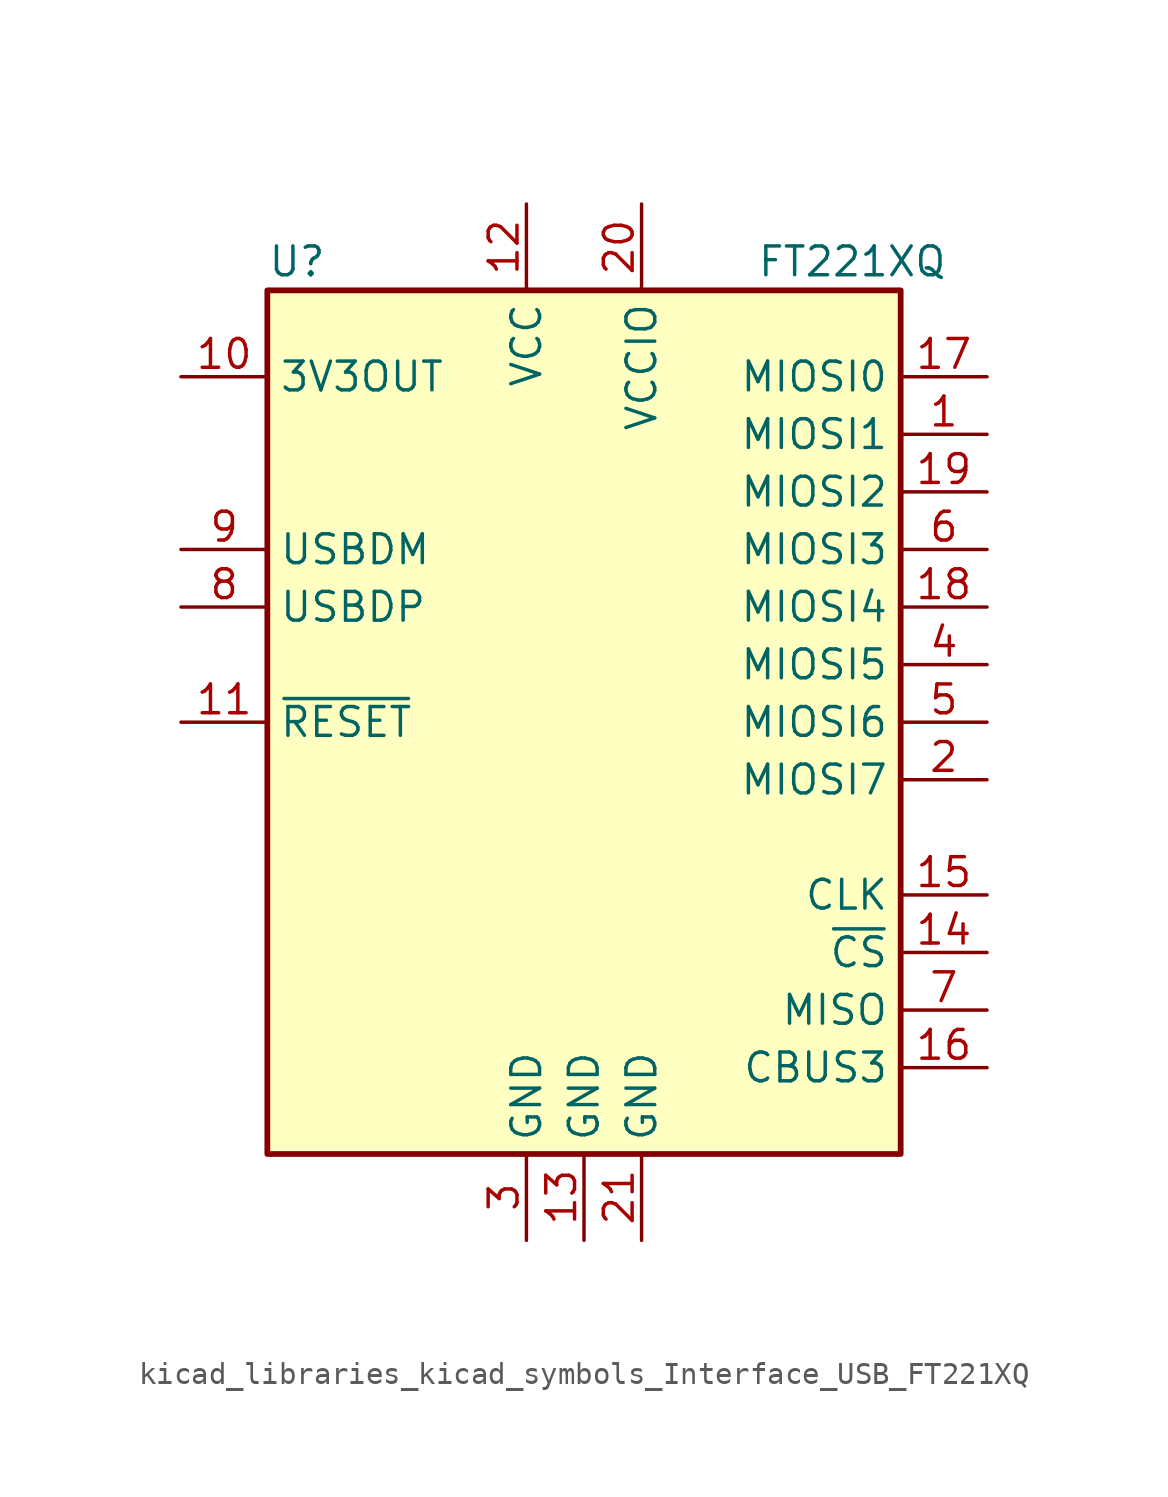
<source format=kicad_sym>
(kicad_symbol_lib
  (version 20220914)
  (generator kicad_symbol_editor)
  (symbol "kicad_libraries_kicad_symbols_Interface_USB_FT221XQ"
    (property "Reference" "U"
      (at -13.97 20.32 0)
      (effects (font (size 1.27 1.27)) (justify left)))
    (property "Value" "FT221XQ"
      (at 7.62 20.32 0)
      (effects (font (size 1.27 1.27)) (justify left)))
    (symbol "kicad_libraries_kicad_symbols_Interface_USB_FT221XQ_0_1"
      (rectangle (start -13.97 19.05) (end 13.97 -19.05) (stroke (width 0.254) (type default)) (fill (type background))))
    (symbol "kicad_libraries_kicad_symbols_Interface_USB_FT221XQ_1_1"
      (pin input line (at 17.78 12.7 180) (length 3.81) (name "MIOSI1" (effects (font (size 1.27 1.27)))) (number "1" (effects (font (size 1.27 1.27)))))
      (pin power_out line (at -17.78 15.24 0) (length 3.81) (name "3V3OUT" (effects (font (size 1.27 1.27)))) (number "10" (effects (font (size 1.27 1.27)))))
      (pin input line (at -17.78 0 0) (length 3.81) (name "~{RESET}" (effects (font (size 1.27 1.27)))) (number "11" (effects (font (size 1.27 1.27)))))
      (pin power_in line (at -2.54 22.86 270) (length 3.81) (name "VCC" (effects (font (size 1.27 1.27)))) (number "12" (effects (font (size 1.27 1.27)))))
      (pin power_in line (at 0 -22.86 90) (length 3.81) (name "GND" (effects (font (size 1.27 1.27)))) (number "13" (effects (font (size 1.27 1.27)))))
      (pin input line (at 17.78 -10.16 180) (length 3.81) (name "~{CS}" (effects (font (size 1.27 1.27)))) (number "14" (effects (font (size 1.27 1.27)))))
      (pin input line (at 17.78 -7.62 180) (length 3.81) (name "CLK" (effects (font (size 1.27 1.27)))) (number "15" (effects (font (size 1.27 1.27)))))
      (pin bidirectional line (at 17.78 -15.24 180) (length 3.81) (name "CBUS3" (effects (font (size 1.27 1.27)))) (number "16" (effects (font (size 1.27 1.27)))))
      (pin input line (at 17.78 15.24 180) (length 3.81) (name "MIOSI0" (effects (font (size 1.27 1.27)))) (number "17" (effects (font (size 1.27 1.27)))))
      (pin input line (at 17.78 5.08 180) (length 3.81) (name "MIOSI4" (effects (font (size 1.27 1.27)))) (number "18" (effects (font (size 1.27 1.27)))))
      (pin input line (at 17.78 10.16 180) (length 3.81) (name "MIOSI2" (effects (font (size 1.27 1.27)))) (number "19" (effects (font (size 1.27 1.27)))))
      (pin input line (at 17.78 -2.54 180) (length 3.81) (name "MIOSI7" (effects (font (size 1.27 1.27)))) (number "2" (effects (font (size 1.27 1.27)))))
      (pin power_in line (at 2.54 22.86 270) (length 3.81) (name "VCCIO" (effects (font (size 1.27 1.27)))) (number "20" (effects (font (size 1.27 1.27)))))
      (pin power_in line (at 2.54 -22.86 90) (length 3.81) (name "GND" (effects (font (size 1.27 1.27)))) (number "21" (effects (font (size 1.27 1.27)))))
      (pin power_in line (at -2.54 -22.86 90) (length 3.81) (name "GND" (effects (font (size 1.27 1.27)))) (number "3" (effects (font (size 1.27 1.27)))))
      (pin input line (at 17.78 2.54 180) (length 3.81) (name "MIOSI5" (effects (font (size 1.27 1.27)))) (number "4" (effects (font (size 1.27 1.27)))))
      (pin input line (at 17.78 0 180) (length 3.81) (name "MIOSI6" (effects (font (size 1.27 1.27)))) (number "5" (effects (font (size 1.27 1.27)))))
      (pin input line (at 17.78 7.62 180) (length 3.81) (name "MIOSI3" (effects (font (size 1.27 1.27)))) (number "6" (effects (font (size 1.27 1.27)))))
      (pin input line (at 17.78 -12.7 180) (length 3.81) (name "MISO" (effects (font (size 1.27 1.27)))) (number "7" (effects (font (size 1.27 1.27)))))
      (pin bidirectional line (at -17.78 5.08 0) (length 3.81) (name "USBDP" (effects (font (size 1.27 1.27)))) (number "8" (effects (font (size 1.27 1.27)))))
      (pin bidirectional line (at -17.78 7.62 0) (length 3.81) (name "USBDM" (effects (font (size 1.27 1.27)))) (number "9" (effects (font (size 1.27 1.27))))))))
</source>
